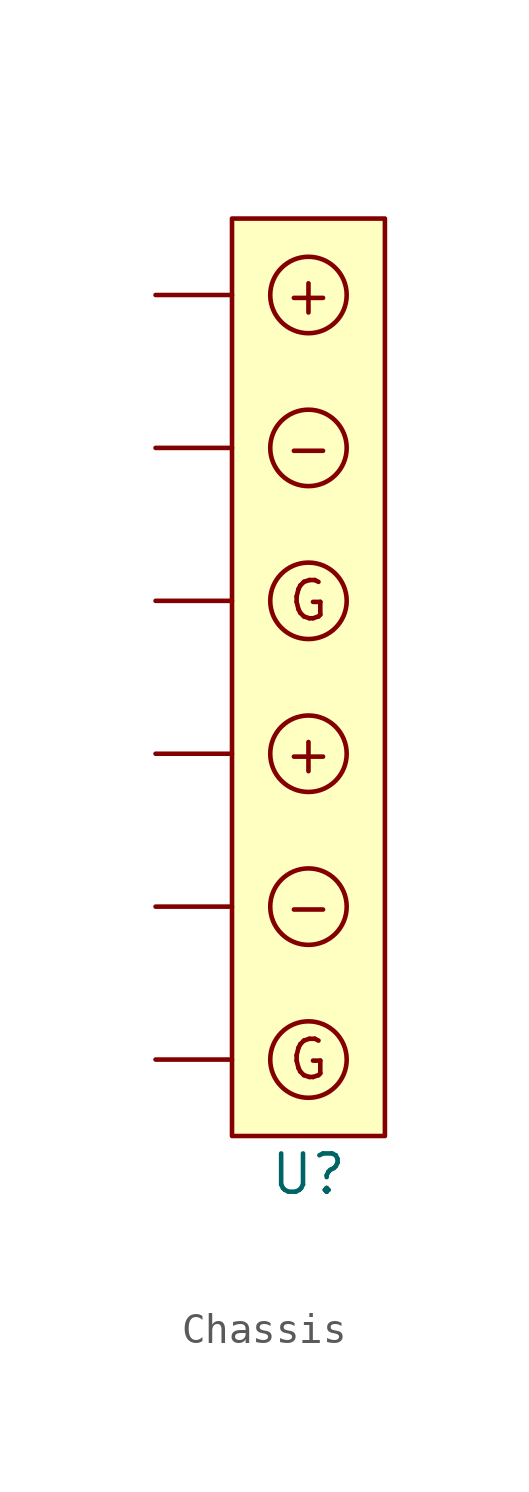
<source format=kicad_sym>
(kicad_symbol_lib
  (version 20220914)
  (generator kicad_symbol_editor)
  (symbol "Chassis"
    (property "Reference" "U"
      (at 0 -16.51 0)
      (effects (font (size 1.27 1.27))))
    (property "Value" ""
      (at 0 3.81 0)
      (effects (font (size 1.27 1.27))))
    (symbol "Chassis_0_1"
      (circle (center 0 -12.7) (radius 1.27) (stroke (width 0) (type default)) (fill (type none)))
      (circle (center 0 -7.62) (radius 1.27) (stroke (width 0) (type default)) (fill (type none)))
      (circle (center 0 -2.54) (radius 1.27) (stroke (width 0) (type default)) (fill (type none)))
      (circle (center 0 2.54) (radius 1.27) (stroke (width 0) (type default)) (fill (type none)))
      (circle (center 0 7.62) (radius 1.27) (stroke (width 0) (type default)) (fill (type none)))
      (circle (center 0 12.7) (radius 1.27) (stroke (width 0) (type default)) (fill (type none))))
    (symbol "Chassis_1_1"
      (rectangle (start -2.54 15.24) (end 2.54 -15.24) (stroke (width 0) (type default)) (fill (type background)))
      (text "+" (at 0 -2.54 0) (effects (font (size 1.27 1.27))))
      (text "+" (at 0 12.7 0) (effects (font (size 1.27 1.27))))
      (text "-" (at 0 -7.62 0) (effects (font (size 1.27 1.27))))
      (text "-" (at 0 7.62 0) (effects (font (size 1.27 1.27))))
      (text "G" (at 0 -12.7 0) (effects (font (size 1.27 1.27))))
      (text "G" (at 0 2.54 0) (effects (font (size 1.27 1.27))))
      (pin input line (at -5.08 -12.7 0) (length 2.54) (name "" (effects (font (size 1.27 1.27)))) (number "" (effects (font (size 1.27 1.27)))))
      (pin input line (at -5.08 -7.62 0) (length 2.54) (name "" (effects (font (size 1.27 1.27)))) (number "" (effects (font (size 1.27 1.27)))))
      (pin input line (at -5.08 -2.54 0) (length 2.54) (name "" (effects (font (size 1.27 1.27)))) (number "" (effects (font (size 1.27 1.27)))))
      (pin input line (at -5.08 2.54 0) (length 2.54) (name "" (effects (font (size 1.27 1.27)))) (number "" (effects (font (size 1.27 1.27)))))
      (pin input line (at -5.08 7.62 0) (length 2.54) (name "" (effects (font (size 1.27 1.27)))) (number "" (effects (font (size 1.27 1.27)))))
      (pin input line (at -5.08 12.7 0) (length 2.54) (name "" (effects (font (size 1.27 1.27)))) (number "" (effects (font (size 1.27 1.27))))))))
</source>
